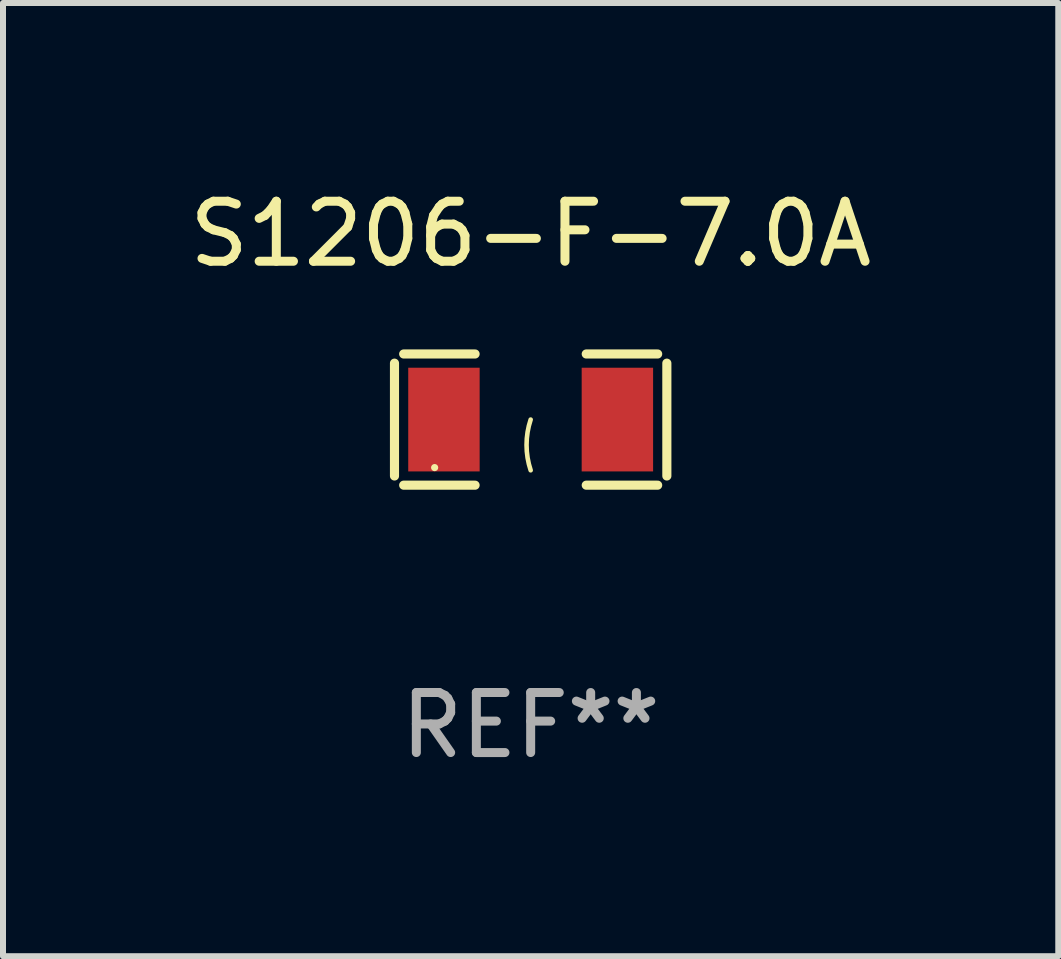
<source format=kicad_pcb>
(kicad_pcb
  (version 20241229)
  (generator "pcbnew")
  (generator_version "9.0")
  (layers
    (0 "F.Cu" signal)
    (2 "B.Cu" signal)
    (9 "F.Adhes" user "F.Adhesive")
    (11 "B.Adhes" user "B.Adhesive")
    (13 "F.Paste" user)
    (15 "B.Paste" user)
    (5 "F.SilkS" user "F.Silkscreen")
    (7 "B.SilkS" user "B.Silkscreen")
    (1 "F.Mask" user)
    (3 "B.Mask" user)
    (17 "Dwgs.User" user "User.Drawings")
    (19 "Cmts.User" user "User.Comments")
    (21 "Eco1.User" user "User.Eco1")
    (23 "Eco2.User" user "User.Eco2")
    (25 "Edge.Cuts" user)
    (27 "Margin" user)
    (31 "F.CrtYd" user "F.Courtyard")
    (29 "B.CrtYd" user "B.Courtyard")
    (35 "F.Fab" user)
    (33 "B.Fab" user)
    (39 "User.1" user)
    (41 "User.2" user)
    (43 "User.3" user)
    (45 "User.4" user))
  (footprint "S1206-F-7.0A"
    (layer "F.Cu")
    (at 5.792 3.941)
    (property "Reference" "S1206-F-7.0A" (at 0 -3.093 0) (layer "F.SilkS") (effects (font (size 1 1) (thickness 0.15))))
    (attr through_hole)
    (fp_line (start -2.269 -0.94) (end -2.269 0.94) (stroke (width 0.152) (type solid)) (layer "F.SilkS"))
    (fp_line (start -2.116 1.093) (end -0.926 1.093) (stroke (width 0.152) (type solid)) (layer "F.SilkS"))
    (fp_line (start -0.926 -1.093) (end -2.116 -1.093) (stroke (width 0.152) (type solid)) (layer "F.SilkS"))
    (fp_line (start 0.926 -1.093) (end 2.116 -1.093) (stroke (width 0.152) (type solid)) (layer "F.SilkS"))
    (fp_line (start 2.116 1.093) (end 0.926 1.093) (stroke (width 0.152) (type solid)) (layer "F.SilkS"))
    (fp_line (start 2.269 -0.94) (end 2.269 0.94) (stroke (width 0.152) (type solid)) (layer "F.SilkS"))
    (fp_arc (start 0 0.844951) (mid -0.068559 0.422475) (end 0 0) (stroke (width 0.0762) (type solid)) (layer "F.SilkS"))
    (fp_circle (center -1.6 0.8) (end -1.57 0.8) (stroke (width 0.06) (type solid)) (fill no) (layer "F.SilkS"))
    (fp_text user "REF**" (at 0 5.093 0) (layer "F.Fab") (effects (font (size 1 1) (thickness 0.15))))
    (pad "1" smd rect (at -1.445 0) (size 1.19 1.728) (layers "F.Cu" "F.Mask" "F.Paste"))
    (pad "2" smd rect (at 1.445 0) (size 1.19 1.728) (layers "F.Cu" "F.Mask" "F.Paste")))
  (gr_rect
    (start -3 -3)
    (end 14.583 12.882)
    (stroke (width 0.1) (type default))
    (fill no)
    (layer "Edge.Cuts")))
</source>
